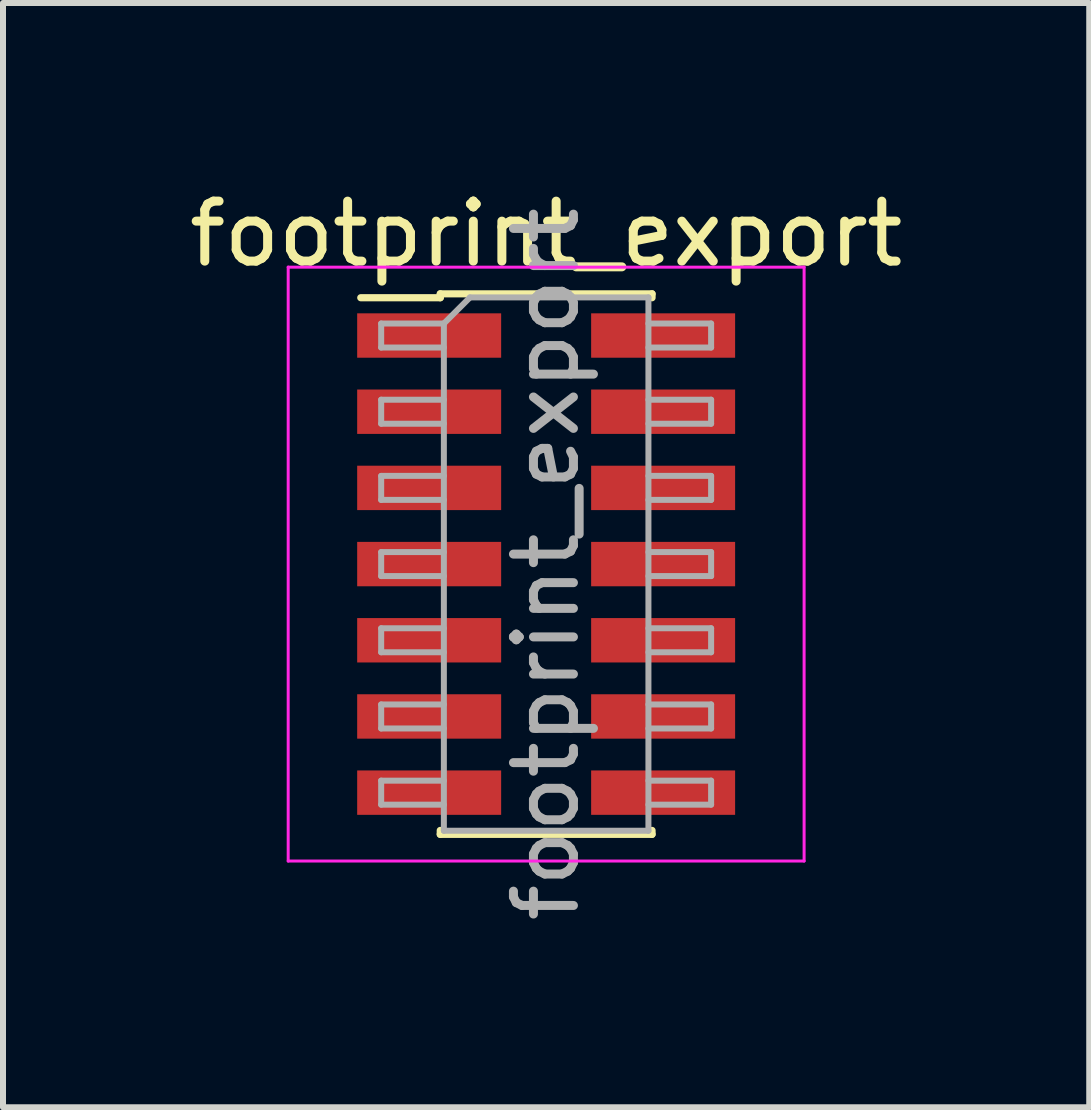
<source format=kicad_pcb>
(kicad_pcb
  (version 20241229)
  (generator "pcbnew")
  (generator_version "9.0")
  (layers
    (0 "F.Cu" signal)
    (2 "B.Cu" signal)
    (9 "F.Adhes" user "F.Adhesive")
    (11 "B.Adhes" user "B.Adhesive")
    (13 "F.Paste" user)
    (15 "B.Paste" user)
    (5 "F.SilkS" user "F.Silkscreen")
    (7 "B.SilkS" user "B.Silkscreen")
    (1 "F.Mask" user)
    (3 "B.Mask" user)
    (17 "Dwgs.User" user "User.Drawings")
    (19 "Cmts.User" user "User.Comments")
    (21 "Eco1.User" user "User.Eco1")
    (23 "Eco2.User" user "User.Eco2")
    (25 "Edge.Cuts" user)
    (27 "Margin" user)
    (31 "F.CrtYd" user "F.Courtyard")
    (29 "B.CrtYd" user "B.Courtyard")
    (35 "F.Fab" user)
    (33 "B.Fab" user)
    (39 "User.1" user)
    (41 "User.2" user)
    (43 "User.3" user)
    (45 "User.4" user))
  (footprint "footprint_export"
    (layer "F.Cu")
    (at 6.054 6.353)
    (property "Reference" "footprint_export" (at 0 -5.505 0) (layer "F.SilkS") (effects (font (size 1 1) (thickness 0.15))))
    (attr smd)
    (fp_line (start -3.09 -4.44) (end -1.765 -4.44) (stroke (width 0.12) (type solid)) (layer "F.SilkS"))
    (fp_line (start -1.765 -4.505) (end -1.765 -4.44) (stroke (width 0.12) (type solid)) (layer "F.SilkS"))
    (fp_line (start -1.765 -4.505) (end 1.765 -4.505) (stroke (width 0.12) (type solid)) (layer "F.SilkS"))
    (fp_line (start -1.765 4.44) (end -1.765 4.505) (stroke (width 0.12) (type solid)) (layer "F.SilkS"))
    (fp_line (start -1.765 4.505) (end 1.765 4.505) (stroke (width 0.12) (type solid)) (layer "F.SilkS"))
    (fp_line (start 1.765 -4.505) (end 1.765 -4.44) (stroke (width 0.12) (type solid)) (layer "F.SilkS"))
    (fp_line (start 1.765 4.44) (end 1.765 4.505) (stroke (width 0.12) (type solid)) (layer "F.SilkS"))
    (fp_line (start -4.3 -4.95) (end -4.3 4.95) (stroke (width 0.05) (type solid)) (layer "F.CrtYd"))
    (fp_line (start -4.3 4.95) (end 4.3 4.95) (stroke (width 0.05) (type solid)) (layer "F.CrtYd"))
    (fp_line (start 4.3 -4.95) (end -4.3 -4.95) (stroke (width 0.05) (type solid)) (layer "F.CrtYd"))
    (fp_line (start 4.3 4.95) (end 4.3 -4.95) (stroke (width 0.05) (type solid)) (layer "F.CrtYd"))
    (fp_line (start -2.75 -4.01) (end -2.75 -3.61) (stroke (width 0.1) (type solid)) (layer "F.Fab"))
    (fp_line (start -2.75 -3.61) (end -1.705 -3.61) (stroke (width 0.1) (type solid)) (layer "F.Fab"))
    (fp_line (start -2.75 -2.74) (end -2.75 -2.34) (stroke (width 0.1) (type solid)) (layer "F.Fab"))
    (fp_line (start -2.75 -2.34) (end -1.705 -2.34) (stroke (width 0.1) (type solid)) (layer "F.Fab"))
    (fp_line (start -2.75 -1.47) (end -2.75 -1.07) (stroke (width 0.1) (type solid)) (layer "F.Fab"))
    (fp_line (start -2.75 -1.07) (end -1.705 -1.07) (stroke (width 0.1) (type solid)) (layer "F.Fab"))
    (fp_line (start -2.75 -0.2) (end -2.75 0.2) (stroke (width 0.1) (type solid)) (layer "F.Fab"))
    (fp_line (start -2.75 0.2) (end -1.705 0.2) (stroke (width 0.1) (type solid)) (layer "F.Fab"))
    (fp_line (start -2.75 1.07) (end -2.75 1.47) (stroke (width 0.1) (type solid)) (layer "F.Fab"))
    (fp_line (start -2.75 1.47) (end -1.705 1.47) (stroke (width 0.1) (type solid)) (layer "F.Fab"))
    (fp_line (start -2.75 2.34) (end -2.75 2.74) (stroke (width 0.1) (type solid)) (layer "F.Fab"))
    (fp_line (start -2.75 2.74) (end -1.705 2.74) (stroke (width 0.1) (type solid)) (layer "F.Fab"))
    (fp_line (start -2.75 3.61) (end -2.75 4.01) (stroke (width 0.1) (type solid)) (layer "F.Fab"))
    (fp_line (start -2.75 4.01) (end -1.705 4.01) (stroke (width 0.1) (type solid)) (layer "F.Fab"))
    (fp_line (start -1.705 -4.01) (end -2.75 -4.01) (stroke (width 0.1) (type solid)) (layer "F.Fab"))
    (fp_line (start -1.705 -4.01) (end -1.27 -4.445) (stroke (width 0.1) (type solid)) (layer "F.Fab"))
    (fp_line (start -1.705 -2.74) (end -2.75 -2.74) (stroke (width 0.1) (type solid)) (layer "F.Fab"))
    (fp_line (start -1.705 -1.47) (end -2.75 -1.47) (stroke (width 0.1) (type solid)) (layer "F.Fab"))
    (fp_line (start -1.705 -0.2) (end -2.75 -0.2) (stroke (width 0.1) (type solid)) (layer "F.Fab"))
    (fp_line (start -1.705 1.07) (end -2.75 1.07) (stroke (width 0.1) (type solid)) (layer "F.Fab"))
    (fp_line (start -1.705 2.34) (end -2.75 2.34) (stroke (width 0.1) (type solid)) (layer "F.Fab"))
    (fp_line (start -1.705 3.61) (end -2.75 3.61) (stroke (width 0.1) (type solid)) (layer "F.Fab"))
    (fp_line (start -1.705 4.445) (end -1.705 -4.01) (stroke (width 0.1) (type solid)) (layer "F.Fab"))
    (fp_line (start -1.27 -4.445) (end 1.705 -4.445) (stroke (width 0.1) (type solid)) (layer "F.Fab"))
    (fp_line (start 1.705 -4.445) (end 1.705 4.445) (stroke (width 0.1) (type solid)) (layer "F.Fab"))
    (fp_line (start 1.705 -4.01) (end 2.75 -4.01) (stroke (width 0.1) (type solid)) (layer "F.Fab"))
    (fp_line (start 1.705 -2.74) (end 2.75 -2.74) (stroke (width 0.1) (type solid)) (layer "F.Fab"))
    (fp_line (start 1.705 -1.47) (end 2.75 -1.47) (stroke (width 0.1) (type solid)) (layer "F.Fab"))
    (fp_line (start 1.705 -0.2) (end 2.75 -0.2) (stroke (width 0.1) (type solid)) (layer "F.Fab"))
    (fp_line (start 1.705 1.07) (end 2.75 1.07) (stroke (width 0.1) (type solid)) (layer "F.Fab"))
    (fp_line (start 1.705 2.34) (end 2.75 2.34) (stroke (width 0.1) (type solid)) (layer "F.Fab"))
    (fp_line (start 1.705 3.61) (end 2.75 3.61) (stroke (width 0.1) (type solid)) (layer "F.Fab"))
    (fp_line (start 1.705 4.445) (end -1.705 4.445) (stroke (width 0.1) (type solid)) (layer "F.Fab"))
    (fp_line (start 2.75 -4.01) (end 2.75 -3.61) (stroke (width 0.1) (type solid)) (layer "F.Fab"))
    (fp_line (start 2.75 -3.61) (end 1.705 -3.61) (stroke (width 0.1) (type solid)) (layer "F.Fab"))
    (fp_line (start 2.75 -2.74) (end 2.75 -2.34) (stroke (width 0.1) (type solid)) (layer "F.Fab"))
    (fp_line (start 2.75 -2.34) (end 1.705 -2.34) (stroke (width 0.1) (type solid)) (layer "F.Fab"))
    (fp_line (start 2.75 -1.47) (end 2.75 -1.07) (stroke (width 0.1) (type solid)) (layer "F.Fab"))
    (fp_line (start 2.75 -1.07) (end 1.705 -1.07) (stroke (width 0.1) (type solid)) (layer "F.Fab"))
    (fp_line (start 2.75 -0.2) (end 2.75 0.2) (stroke (width 0.1) (type solid)) (layer "F.Fab"))
    (fp_line (start 2.75 0.2) (end 1.705 0.2) (stroke (width 0.1) (type solid)) (layer "F.Fab"))
    (fp_line (start 2.75 1.07) (end 2.75 1.47) (stroke (width 0.1) (type solid)) (layer "F.Fab"))
    (fp_line (start 2.75 1.47) (end 1.705 1.47) (stroke (width 0.1) (type solid)) (layer "F.Fab"))
    (fp_line (start 2.75 2.34) (end 2.75 2.74) (stroke (width 0.1) (type solid)) (layer "F.Fab"))
    (fp_line (start 2.75 2.74) (end 1.705 2.74) (stroke (width 0.1) (type solid)) (layer "F.Fab"))
    (fp_line (start 2.75 3.61) (end 2.75 4.01) (stroke (width 0.1) (type solid)) (layer "F.Fab"))
    (fp_line (start 2.75 4.01) (end 1.705 4.01) (stroke (width 0.1) (type solid)) (layer "F.Fab"))
    (fp_text user "${REFERENCE}" (at 0 0 90) (layer "F.Fab") (effects (font (size 1 1) (thickness 0.15))))
    (pad "1" smd rect (at -1.95 -3.81) (size 2.4 0.74) (layers "F.Cu" "F.Mask" "F.Paste"))
    (pad "2" smd rect (at 1.95 -3.81) (size 2.4 0.74) (layers "F.Cu" "F.Mask" "F.Paste"))
    (pad "3" smd rect (at -1.95 -2.54) (size 2.4 0.74) (layers "F.Cu" "F.Mask" "F.Paste"))
    (pad "4" smd rect (at 1.95 -2.54) (size 2.4 0.74) (layers "F.Cu" "F.Mask" "F.Paste"))
    (pad "5" smd rect (at -1.95 -1.27) (size 2.4 0.74) (layers "F.Cu" "F.Mask" "F.Paste"))
    (pad "6" smd rect (at 1.95 -1.27) (size 2.4 0.74) (layers "F.Cu" "F.Mask" "F.Paste"))
    (pad "7" smd rect (at -1.95 0) (size 2.4 0.74) (layers "F.Cu" "F.Mask" "F.Paste"))
    (pad "8" smd rect (at 1.95 0) (size 2.4 0.74) (layers "F.Cu" "F.Mask" "F.Paste"))
    (pad "9" smd rect (at -1.95 1.27) (size 2.4 0.74) (layers "F.Cu" "F.Mask" "F.Paste"))
    (pad "10" smd rect (at 1.95 1.27) (size 2.4 0.74) (layers "F.Cu" "F.Mask" "F.Paste"))
    (pad "11" smd rect (at -1.95 2.54) (size 2.4 0.74) (layers "F.Cu" "F.Mask" "F.Paste"))
    (pad "12" smd rect (at 1.95 2.54) (size 2.4 0.74) (layers "F.Cu" "F.Mask" "F.Paste"))
    (pad "13" smd rect (at -1.95 3.81) (size 2.4 0.74) (layers "F.Cu" "F.Mask" "F.Paste"))
    (pad "14" smd rect (at 1.95 3.81) (size 2.4 0.74) (layers "F.Cu" "F.Mask" "F.Paste")))
  (gr_rect
    (start -3 -3)
    (end 15.107 15.407)
    (stroke (width 0.1) (type default))
    (fill no)
    (layer "Edge.Cuts")))
</source>
